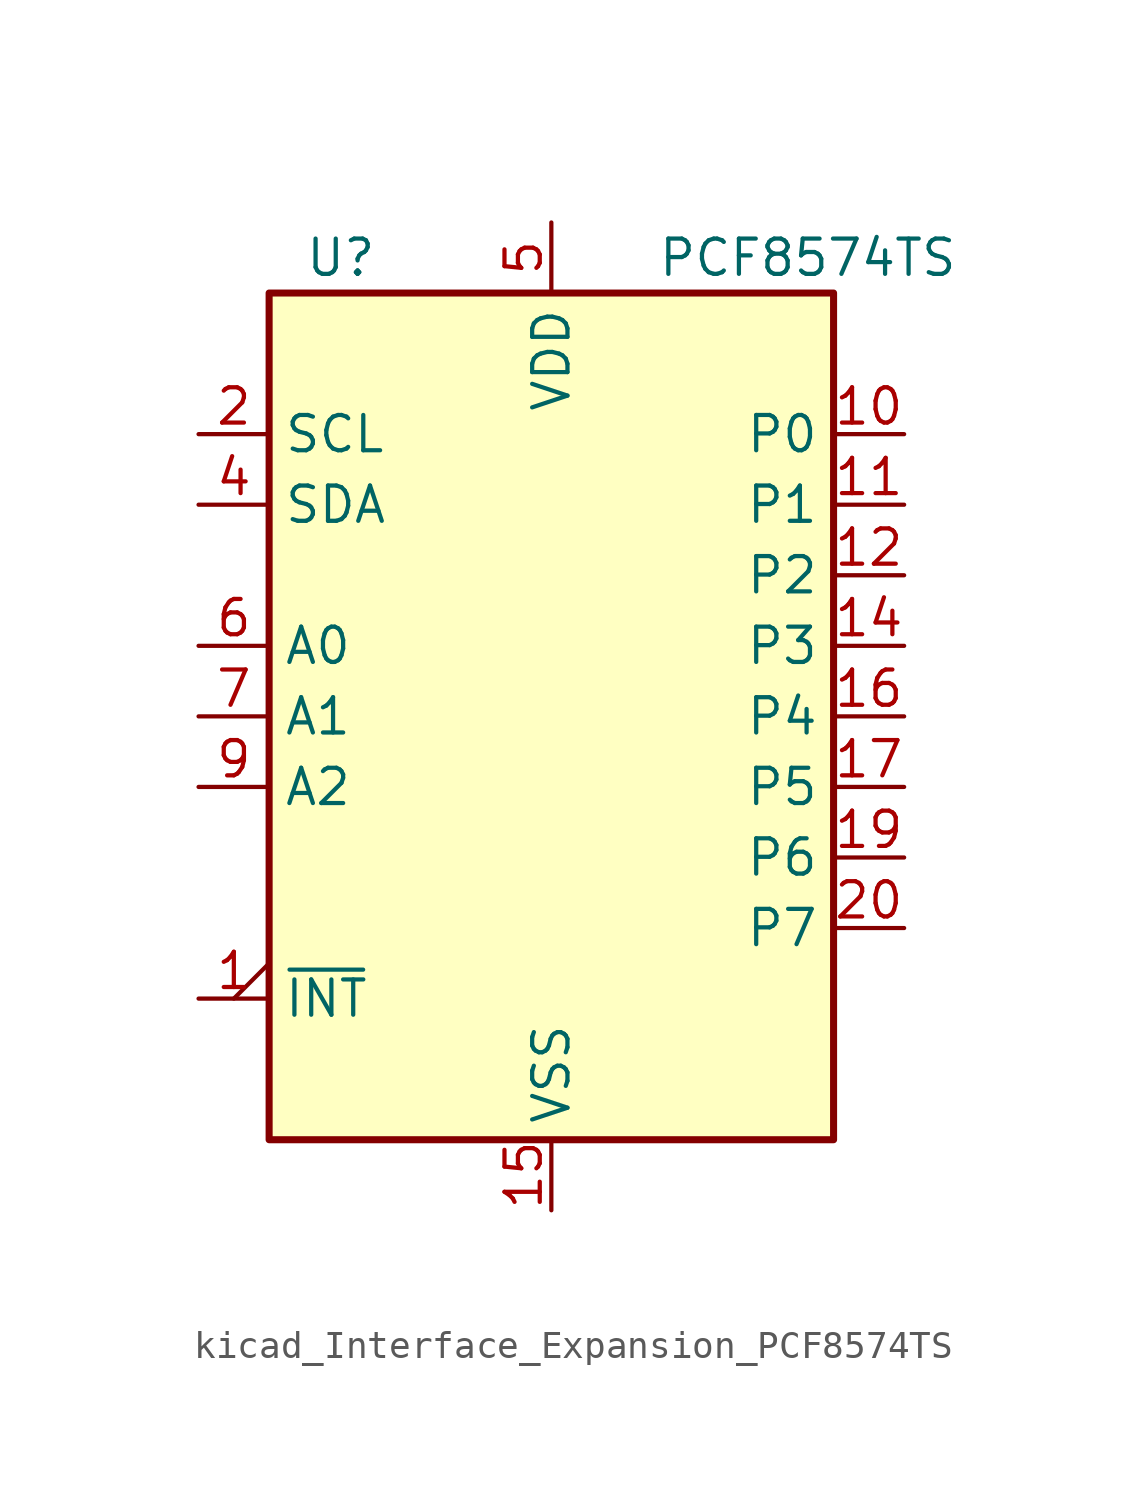
<source format=kicad_sym>
(kicad_symbol_lib
  (version 20220914)
  (generator kicad_symbol_editor)
  (symbol "kicad_Interface_Expansion_PCF8574TS"
    (property "Reference" "U"
      (at -8.89 16.51 0)
      (effects (font (size 1.27 1.27)) (justify left)))
    (property "Value" "PCF8574TS"
      (at 3.81 16.51 0)
      (effects (font (size 1.27 1.27)) (justify left)))
    (symbol "kicad_Interface_Expansion_PCF8574TS_0_1"
      (rectangle (start -10.16 15.24) (end 10.16 -15.24) (stroke (width 0.254) (type default)) (fill (type background))))
    (symbol "kicad_Interface_Expansion_PCF8574TS_1_1"
      (pin open_collector output_low (at -12.7 -10.16 0) (length 2.54) (name "~{INT}" (effects (font (size 1.27 1.27)))) (number "1" (effects (font (size 1.27 1.27)))))
      (pin bidirectional line (at 12.7 10.16 180) (length 2.54) (name "P0" (effects (font (size 1.27 1.27)))) (number "10" (effects (font (size 1.27 1.27)))))
      (pin bidirectional line (at 12.7 7.62 180) (length 2.54) (name "P1" (effects (font (size 1.27 1.27)))) (number "11" (effects (font (size 1.27 1.27)))))
      (pin bidirectional line (at 12.7 5.08 180) (length 2.54) (name "P2" (effects (font (size 1.27 1.27)))) (number "12" (effects (font (size 1.27 1.27)))))
      (pin no_connect line (at -10.16 -5.08 0) (length 2.54) hide (name "NC" (effects (font (size 1.27 1.27)))) (number "13" (effects (font (size 1.27 1.27)))))
      (pin bidirectional line (at 12.7 2.54 180) (length 2.54) (name "P3" (effects (font (size 1.27 1.27)))) (number "14" (effects (font (size 1.27 1.27)))))
      (pin power_in line (at 0 -17.78 90) (length 2.54) (name "VSS" (effects (font (size 1.27 1.27)))) (number "15" (effects (font (size 1.27 1.27)))))
      (pin bidirectional line (at 12.7 0 180) (length 2.54) (name "P4" (effects (font (size 1.27 1.27)))) (number "16" (effects (font (size 1.27 1.27)))))
      (pin bidirectional line (at 12.7 -2.54 180) (length 2.54) (name "P5" (effects (font (size 1.27 1.27)))) (number "17" (effects (font (size 1.27 1.27)))))
      (pin no_connect line (at -10.16 -7.62 0) (length 2.54) hide (name "NC" (effects (font (size 1.27 1.27)))) (number "18" (effects (font (size 1.27 1.27)))))
      (pin bidirectional line (at 12.7 -5.08 180) (length 2.54) (name "P6" (effects (font (size 1.27 1.27)))) (number "19" (effects (font (size 1.27 1.27)))))
      (pin input line (at -12.7 10.16 0) (length 2.54) (name "SCL" (effects (font (size 1.27 1.27)))) (number "2" (effects (font (size 1.27 1.27)))))
      (pin bidirectional line (at 12.7 -7.62 180) (length 2.54) (name "P7" (effects (font (size 1.27 1.27)))) (number "20" (effects (font (size 1.27 1.27)))))
      (pin no_connect line (at 10.16 -10.16 180) (length 2.54) hide (name "NC" (effects (font (size 1.27 1.27)))) (number "3" (effects (font (size 1.27 1.27)))))
      (pin bidirectional line (at -12.7 7.62 0) (length 2.54) (name "SDA" (effects (font (size 1.27 1.27)))) (number "4" (effects (font (size 1.27 1.27)))))
      (pin power_in line (at 0 17.78 270) (length 2.54) (name "VDD" (effects (font (size 1.27 1.27)))) (number "5" (effects (font (size 1.27 1.27)))))
      (pin input line (at -12.7 2.54 0) (length 2.54) (name "A0" (effects (font (size 1.27 1.27)))) (number "6" (effects (font (size 1.27 1.27)))))
      (pin input line (at -12.7 0 0) (length 2.54) (name "A1" (effects (font (size 1.27 1.27)))) (number "7" (effects (font (size 1.27 1.27)))))
      (pin no_connect line (at 10.16 -12.7 180) (length 2.54) hide (name "NC" (effects (font (size 1.27 1.27)))) (number "8" (effects (font (size 1.27 1.27)))))
      (pin input line (at -12.7 -2.54 0) (length 2.54) (name "A2" (effects (font (size 1.27 1.27)))) (number "9" (effects (font (size 1.27 1.27))))))))
</source>
